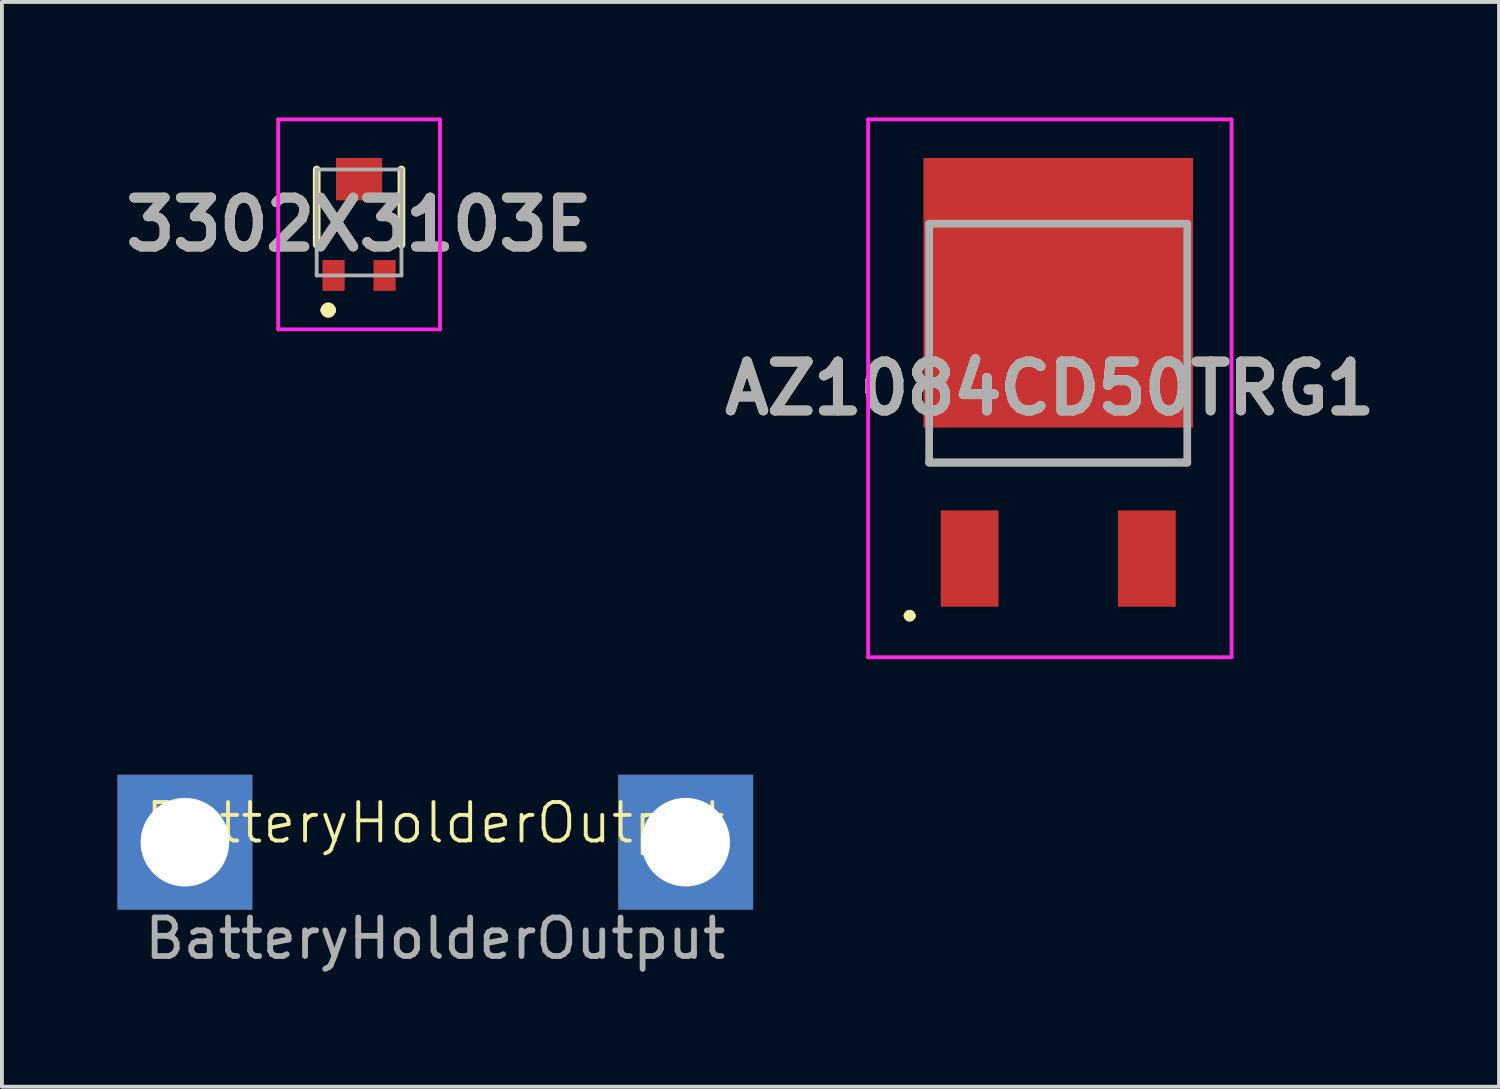
<source format=kicad_pcb>
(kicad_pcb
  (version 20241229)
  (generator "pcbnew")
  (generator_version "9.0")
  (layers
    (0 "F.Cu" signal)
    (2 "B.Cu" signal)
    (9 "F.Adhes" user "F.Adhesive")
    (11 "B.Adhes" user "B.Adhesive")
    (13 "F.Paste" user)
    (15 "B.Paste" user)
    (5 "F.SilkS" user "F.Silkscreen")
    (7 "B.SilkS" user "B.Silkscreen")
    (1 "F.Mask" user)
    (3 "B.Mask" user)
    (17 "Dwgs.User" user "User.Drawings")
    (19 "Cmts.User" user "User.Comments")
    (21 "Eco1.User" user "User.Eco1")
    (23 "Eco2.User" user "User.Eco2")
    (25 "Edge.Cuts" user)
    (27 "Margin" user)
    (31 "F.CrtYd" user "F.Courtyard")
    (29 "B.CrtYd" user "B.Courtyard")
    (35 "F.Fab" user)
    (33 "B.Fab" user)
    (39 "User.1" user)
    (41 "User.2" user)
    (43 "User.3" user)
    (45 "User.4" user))
  (footprint "BatteryHolderOutput"
    (layer "F.Cu")
    (at 8.25 18.812)
    (property "Reference" "BatteryHolderOutput" (at 0 -0.5 0) (unlocked yes) (layer "F.SilkS") (effects (font (size 1 1) (thickness 0.1))))
    (attr through_hole)
    (fp_text user "${REFERENCE}" (at 0 2.5 0) (unlocked yes) (layer "F.Fab") (effects (font (size 1 1) (thickness 0.15))))
    (pad "1" thru_hole rect (at -6.5 0) (size 3.5 3.5) (drill 2.3) (layers "*.Cu" "*.Mask"))
    (pad "2" thru_hole rect (at 6.5 0) (size 3.5 3.5) (drill 2.3) (layers "*.Cu" "*.Mask")))
  (footprint "3302X3103E"
    (layer "F.Cu")
    (at 6.271 4.1)
    (property "Reference" "3302X3103E" (at 0 -1.325 0) (layer "F.SilkS") (effects (font (size 1.27 1.27) (thickness 0.254))))
    (attr smd)
    (fp_line (start -1.1 -0.8) (end -1.1 -2.75) (stroke (width 0.2) (type solid)) (layer "F.SilkS"))
    (fp_line (start -0.9 0.9) (end -0.9 0.9) (stroke (width 0.2) (type solid)) (layer "F.SilkS"))
    (fp_line (start -0.7 0.9) (end -0.7 0.9) (stroke (width 0.2) (type solid)) (layer "F.SilkS"))
    (fp_line (start 1.1 -0.8) (end 1.1 -2.75) (stroke (width 0.2) (type solid)) (layer "F.SilkS"))
    (fp_arc (start -0.9 0.9) (mid -0.8 0.8) (end -0.7 0.9) (stroke (width 0.2) (type solid)) (layer "F.SilkS"))
    (fp_arc (start -0.7 0.9) (mid -0.8 1) (end -0.9 0.9) (stroke (width 0.2) (type solid)) (layer "F.SilkS"))
    (fp_line (start -2.1 -4.05) (end 2.1 -4.05) (stroke (width 0.1) (type solid)) (layer "F.CrtYd"))
    (fp_line (start -2.1 1.4) (end -2.1 -4.05) (stroke (width 0.1) (type solid)) (layer "F.CrtYd"))
    (fp_line (start 2.1 -4.05) (end 2.1 1.4) (stroke (width 0.1) (type solid)) (layer "F.CrtYd"))
    (fp_line (start 2.1 1.4) (end -2.1 1.4) (stroke (width 0.1) (type solid)) (layer "F.CrtYd"))
    (fp_line (start -1.1 -2.75) (end 1.1 -2.75) (stroke (width 0.1) (type solid)) (layer "F.Fab"))
    (fp_line (start -1.1 0) (end -1.1 -2.75) (stroke (width 0.1) (type solid)) (layer "F.Fab"))
    (fp_line (start 1.1 -2.75) (end 1.1 0) (stroke (width 0.1) (type solid)) (layer "F.Fab"))
    (fp_line (start 1.1 0) (end -1.1 0) (stroke (width 0.1) (type solid)) (layer "F.Fab"))
    (fp_text user "${REFERENCE}" (at 0 -1.325 0) (layer "F.Fab") (effects (font (size 1.27 1.27) (thickness 0.254))))
    (pad "1" smd rect (at -0.662 0) (size 0.575 0.8) (layers "F.Cu" "F.Mask" "F.Paste"))
    (pad "2" smd rect (at 0 -2.5 90) (size 1.1 1.2) (layers "F.Cu" "F.Mask" "F.Paste"))
    (pad "3" smd rect (at 0.662 0) (size 0.575 0.8) (layers "F.Cu" "F.Mask" "F.Paste")))
  (footprint "AZ1084CD50TRG1"
    (layer "F.Cu")
    (at 24.42 8.957)
    (property "Reference" "AZ1084CD50TRG1" (at -0.217 -1.926 0) (layer "F.SilkS") (effects (font (size 1.27 1.27) (thickness 0.254))))
    (attr smd)
    (fp_line (start -3.934 3.977) (end -3.934 3.977) (stroke (width 0.156) (type solid)) (layer "F.SilkS"))
    (fp_line (start -3.778 3.977) (end -3.778 3.977) (stroke (width 0.156) (type solid)) (layer "F.SilkS"))
    (fp_line (start -3.35 0) (end 3.35 0) (stroke (width 0.2) (type solid)) (layer "F.SilkS"))
    (fp_arc (start -3.934 3.977) (mid -3.856 3.899) (end -3.778 3.977) (stroke (width 0.15563) (type solid)) (layer "F.SilkS"))
    (fp_arc (start -3.778 3.977) (mid -3.856 4.055) (end -3.934 3.977) (stroke (width 0.15563) (type solid)) (layer "F.SilkS"))
    (fp_line (start -4.934 -8.907) (end 4.5 -8.907) (stroke (width 0.1) (type solid)) (layer "F.CrtYd"))
    (fp_line (start -4.934 5.055) (end -4.934 -8.907) (stroke (width 0.1) (type solid)) (layer "F.CrtYd"))
    (fp_line (start 4.5 -8.907) (end 4.5 5.055) (stroke (width 0.1) (type solid)) (layer "F.CrtYd"))
    (fp_line (start 4.5 5.055) (end -4.934 5.055) (stroke (width 0.1) (type solid)) (layer "F.CrtYd"))
    (fp_line (start -3.35 -6.2) (end 3.35 -6.2) (stroke (width 0.2) (type solid)) (layer "F.Fab"))
    (fp_line (start -3.35 0) (end -3.35 -6.2) (stroke (width 0.2) (type solid)) (layer "F.Fab"))
    (fp_line (start 3.35 -6.2) (end 3.35 0) (stroke (width 0.2) (type solid)) (layer "F.Fab"))
    (fp_line (start 3.35 0) (end -3.35 0) (stroke (width 0.2) (type solid)) (layer "F.Fab"))
    (fp_text user "${REFERENCE}" (at -0.217 -1.926 0) (layer "F.Fab") (effects (font (size 1.27 1.27) (thickness 0.254))))
    (pad "1" smd rect (at -2.3 2.493) (size 1.5 2.5) (layers "F.Cu" "F.Mask" "F.Paste"))
    (pad "2" smd rect (at 0 -4.407 90) (size 7 7) (layers "F.Cu" "F.Mask" "F.Paste"))
    (pad "3" smd rect (at 2.3 2.493) (size 1.5 2.5) (layers "F.Cu" "F.Mask" "F.Paste")))
  (gr_rect
    (start -3 -3)
    (end 35.863 25.16)
    (stroke (width 0.1) (type default))
    (fill no)
    (layer "Edge.Cuts")))
</source>
